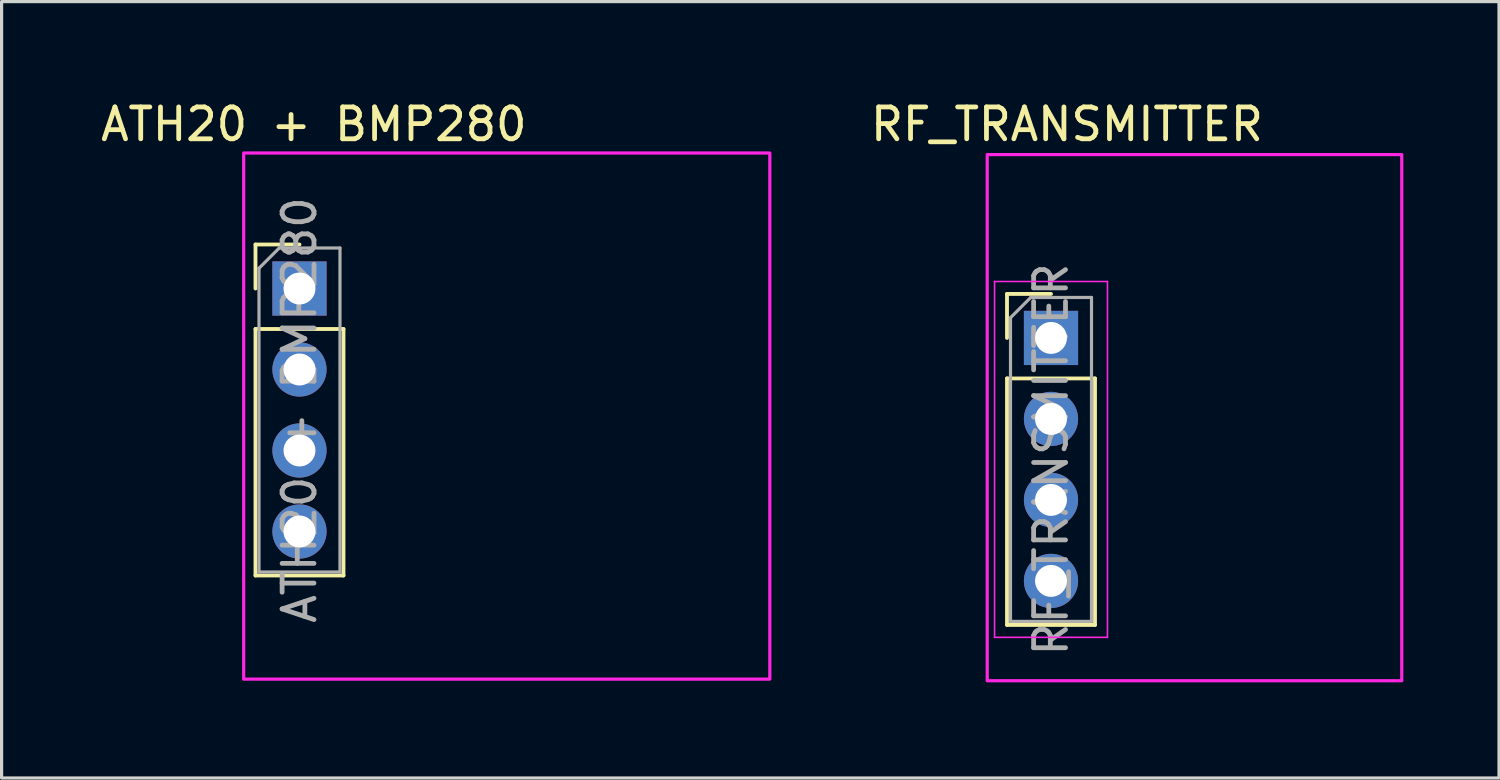
<source format=kicad_pcb>
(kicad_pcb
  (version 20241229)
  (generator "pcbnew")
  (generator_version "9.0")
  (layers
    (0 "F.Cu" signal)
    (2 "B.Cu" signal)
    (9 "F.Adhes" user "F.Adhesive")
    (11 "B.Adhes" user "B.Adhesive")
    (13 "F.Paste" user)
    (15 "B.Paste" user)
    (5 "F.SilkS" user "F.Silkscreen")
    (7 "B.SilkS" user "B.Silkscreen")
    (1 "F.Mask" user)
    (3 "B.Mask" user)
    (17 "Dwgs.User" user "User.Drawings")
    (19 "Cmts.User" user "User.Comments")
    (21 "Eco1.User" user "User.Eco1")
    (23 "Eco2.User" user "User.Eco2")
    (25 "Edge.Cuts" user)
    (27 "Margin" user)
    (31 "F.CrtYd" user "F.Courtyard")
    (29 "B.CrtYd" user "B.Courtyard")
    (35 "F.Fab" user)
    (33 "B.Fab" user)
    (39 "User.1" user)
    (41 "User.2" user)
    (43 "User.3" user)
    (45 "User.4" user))
  (footprint "ATH20 + BMP280"
    (layer "F.Cu")
    (at 6.342 5.998)
    (property "Reference" "ATH20 + BMP280" (at 0.45 -5.15 0) (layer "F.SilkS") (effects (font (size 1 1) (thickness 0.15))))
    (attr through_hole)
    (fp_line (start -1.38 -1.38) (end 0 -1.38) (stroke (width 0.12) (type solid)) (layer "F.SilkS"))
    (fp_line (start -1.38 0) (end -1.38 -1.38) (stroke (width 0.12) (type solid)) (layer "F.SilkS"))
    (fp_line (start -1.38 1.27) (end -1.38 9) (stroke (width 0.12) (type solid)) (layer "F.SilkS"))
    (fp_line (start -1.38 1.27) (end 1.38 1.27) (stroke (width 0.12) (type solid)) (layer "F.SilkS"))
    (fp_line (start -1.38 9) (end 1.38 9) (stroke (width 0.12) (type solid)) (layer "F.SilkS"))
    (fp_line (start 1.38 1.27) (end 1.38 9) (stroke (width 0.12) (type solid)) (layer "F.SilkS"))
    (fp_rect (start -1.75 -4.25) (end 14.75 12.25) (stroke (width 0.1) (type default)) (fill no) (layer "F.CrtYd"))
    (fp_line (start -1.27 -0.635) (end -0.635 -1.27) (stroke (width 0.1) (type solid)) (layer "F.Fab"))
    (fp_line (start -1.27 8.89) (end -1.27 -0.635) (stroke (width 0.1) (type solid)) (layer "F.Fab"))
    (fp_line (start -0.635 -1.27) (end 1.27 -1.27) (stroke (width 0.1) (type solid)) (layer "F.Fab"))
    (fp_line (start 1.27 -1.27) (end 1.27 8.89) (stroke (width 0.1) (type solid)) (layer "F.Fab"))
    (fp_line (start 1.27 8.89) (end -1.27 8.89) (stroke (width 0.1) (type solid)) (layer "F.Fab"))
    (fp_text user "${REFERENCE}" (at 0 3.81 90) (layer "F.Fab") (effects (font (size 1 1) (thickness 0.15))))
    (pad "1" thru_hole rect (at 0 0) (size 1.7 1.7) (drill 1) (layers "*.Cu" "*.Mask"))
    (pad "2" thru_hole circle (at 0 2.54) (size 1.7 1.7) (drill 1) (layers "*.Cu" "*.Mask"))
    (pad "3" thru_hole circle (at 0 5.08) (size 1.7 1.7) (drill 1) (layers "*.Cu" "*.Mask"))
    (pad "4" thru_hole circle (at 0 7.62) (size 1.7 1.7) (drill 1) (layers "*.Cu" "*.Mask")))
  (footprint "RF_TRANSMITTER"
    (layer "F.Cu")
    (at 29.91 7.548)
    (property "Reference" "RF_TRANSMITTER" (at 0.5 -6.7 0) (layer "F.SilkS") (effects (font (size 1 1) (thickness 0.15))))
    (attr through_hole)
    (fp_line (start -1.38 -1.38) (end 0 -1.38) (stroke (width 0.12) (type solid)) (layer "F.SilkS"))
    (fp_line (start -1.38 0) (end -1.38 -1.38) (stroke (width 0.12) (type solid)) (layer "F.SilkS"))
    (fp_line (start -1.38 1.27) (end -1.38 9) (stroke (width 0.12) (type solid)) (layer "F.SilkS"))
    (fp_line (start -1.38 1.27) (end 1.38 1.27) (stroke (width 0.12) (type solid)) (layer "F.SilkS"))
    (fp_line (start -1.38 9) (end 1.38 9) (stroke (width 0.12) (type solid)) (layer "F.SilkS"))
    (fp_line (start 1.38 1.27) (end 1.38 9) (stroke (width 0.12) (type solid)) (layer "F.SilkS"))
    (fp_line (start -1.77 -1.77) (end -1.77 9.39) (stroke (width 0.05) (type solid)) (layer "F.CrtYd"))
    (fp_line (start -1.77 9.39) (end 1.77 9.39) (stroke (width 0.05) (type solid)) (layer "F.CrtYd"))
    (fp_line (start 1.77 -1.77) (end -1.77 -1.77) (stroke (width 0.05) (type solid)) (layer "F.CrtYd"))
    (fp_line (start 1.77 9.39) (end 1.77 -1.77) (stroke (width 0.05) (type solid)) (layer "F.CrtYd"))
    (fp_rect (start -2 -5.75) (end 11 10.75) (stroke (width 0.1) (type default)) (fill no) (layer "F.CrtYd"))
    (fp_line (start -1.27 -0.635) (end -0.635 -1.27) (stroke (width 0.1) (type solid)) (layer "F.Fab"))
    (fp_line (start -1.27 8.89) (end -1.27 -0.635) (stroke (width 0.1) (type solid)) (layer "F.Fab"))
    (fp_line (start -0.635 -1.27) (end 1.27 -1.27) (stroke (width 0.1) (type solid)) (layer "F.Fab"))
    (fp_line (start 1.27 -1.27) (end 1.27 8.89) (stroke (width 0.1) (type solid)) (layer "F.Fab"))
    (fp_line (start 1.27 8.89) (end -1.27 8.89) (stroke (width 0.1) (type solid)) (layer "F.Fab"))
    (fp_circle (center 10 -4.5) (end 10.5 -4.5) (stroke (width 0.1) (type default)) (fill no) (layer "User.1"))
    (fp_text user "${REFERENCE}" (at 0 3.81 90) (layer "F.Fab") (effects (font (size 1 1) (thickness 0.15))))
    (fp_text user "ANT" (at 8 -2.5 0) (unlocked yes) (layer "User.1") (effects (font (size 1 1) (thickness 0.15)) (justify left bottom)))
    (pad "1" thru_hole rect (at 0 0) (size 1.7 1.7) (drill 1) (layers "*.Cu" "*.Mask"))
    (pad "2" thru_hole circle (at 0 2.54) (size 1.7 1.7) (drill 1) (layers "*.Cu" "*.Mask"))
    (pad "3" thru_hole circle (at 0 5.08) (size 1.7 1.7) (drill 1) (layers "*.Cu" "*.Mask"))
    (pad "4" thru_hole circle (at 0 7.62) (size 1.7 1.7) (drill 1) (layers "*.Cu" "*.Mask")))
  (gr_rect
    (start -3 -3)
    (end 43.96 21.348)
    (stroke (width 0.1) (type default))
    (fill no)
    (layer "Edge.Cuts")))
</source>
